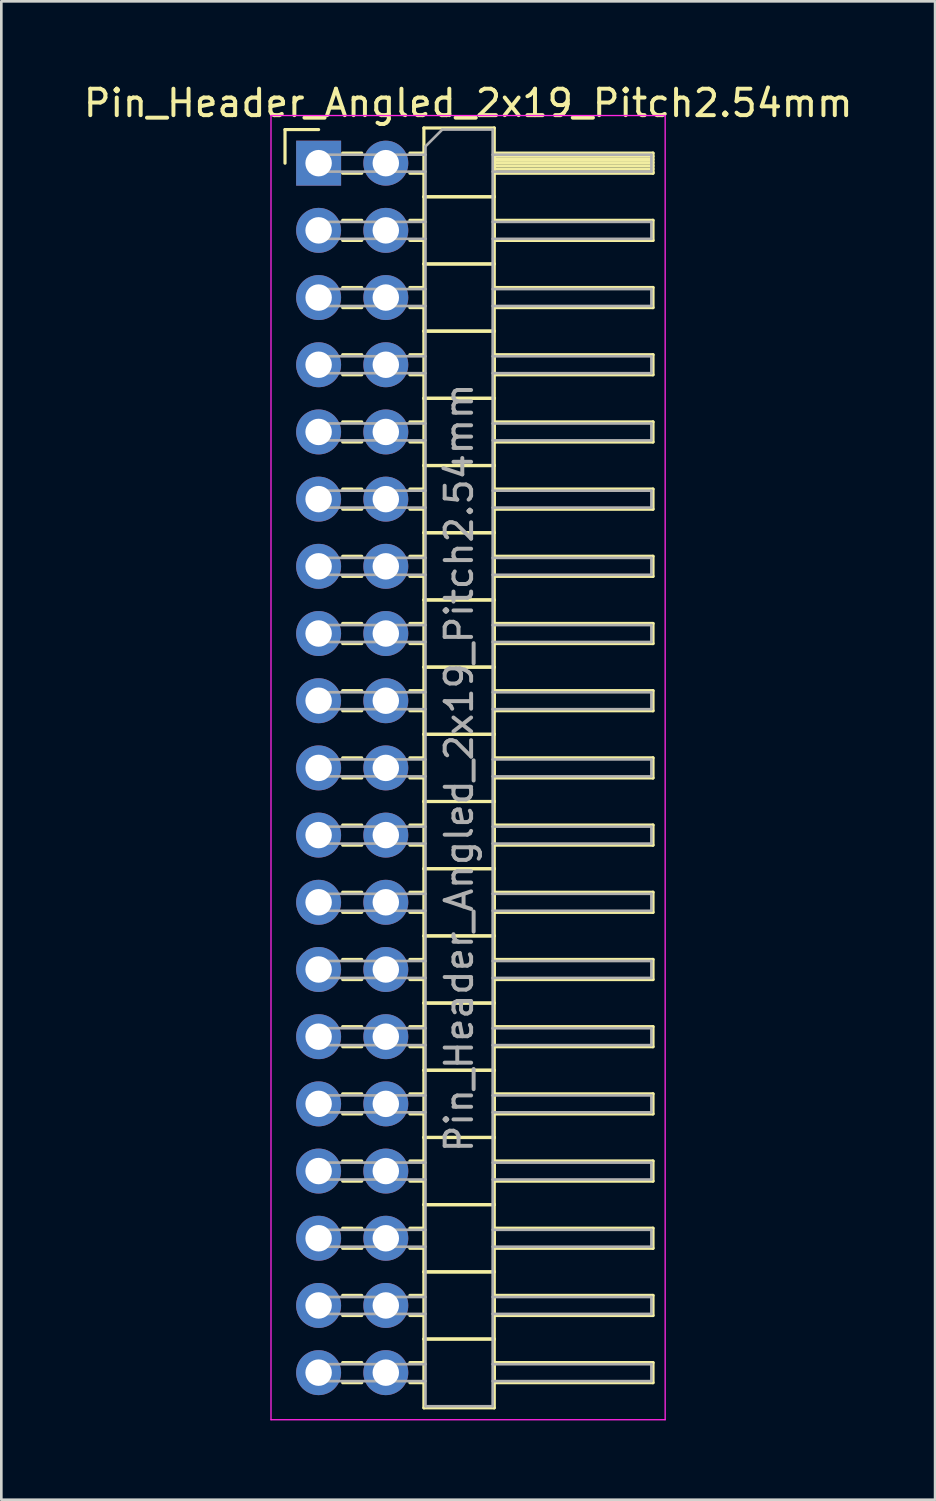
<source format=kicad_pcb>
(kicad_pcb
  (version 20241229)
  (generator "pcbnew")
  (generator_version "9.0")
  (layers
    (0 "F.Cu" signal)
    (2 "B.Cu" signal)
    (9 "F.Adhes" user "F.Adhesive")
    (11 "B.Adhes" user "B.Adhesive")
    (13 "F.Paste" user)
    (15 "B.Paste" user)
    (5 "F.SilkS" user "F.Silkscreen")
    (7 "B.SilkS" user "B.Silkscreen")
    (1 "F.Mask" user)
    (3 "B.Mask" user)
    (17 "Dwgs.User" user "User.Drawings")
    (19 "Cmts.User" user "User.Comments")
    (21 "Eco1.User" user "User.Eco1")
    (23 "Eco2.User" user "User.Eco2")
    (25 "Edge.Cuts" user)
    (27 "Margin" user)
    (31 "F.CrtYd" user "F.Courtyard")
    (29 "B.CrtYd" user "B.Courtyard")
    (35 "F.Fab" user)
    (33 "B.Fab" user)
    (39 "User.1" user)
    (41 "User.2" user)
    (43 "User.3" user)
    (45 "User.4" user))
  (footprint "Pin_Header_Angled_2x19_Pitch2.54mm"
    (layer "F.Cu")
    (at 8.994 3.118)
    (property "Reference" "Pin_Header_Angled_2x19_Pitch2.54mm" (at 5.655 -2.27 0) (layer "F.SilkS") (effects (font (size 1 1) (thickness 0.15))))
    (attr through_hole)
    (fp_line (start -1.27 -1.27) (end 0 -1.27) (stroke (width 0.12) (type solid)) (layer "F.SilkS"))
    (fp_line (start -1.27 0) (end -1.27 -1.27) (stroke (width 0.12) (type solid)) (layer "F.SilkS"))
    (fp_line (start 0.91 -0.38) (end 1.63 -0.38) (stroke (width 0.12) (type solid)) (layer "F.SilkS"))
    (fp_line (start 0.91 0.38) (end 1.63 0.38) (stroke (width 0.12) (type solid)) (layer "F.SilkS"))
    (fp_line (start 0.91 2.16) (end 1.63 2.16) (stroke (width 0.12) (type solid)) (layer "F.SilkS"))
    (fp_line (start 0.91 2.92) (end 1.63 2.92) (stroke (width 0.12) (type solid)) (layer "F.SilkS"))
    (fp_line (start 0.91 4.7) (end 1.63 4.7) (stroke (width 0.12) (type solid)) (layer "F.SilkS"))
    (fp_line (start 0.91 5.46) (end 1.63 5.46) (stroke (width 0.12) (type solid)) (layer "F.SilkS"))
    (fp_line (start 0.91 7.24) (end 1.63 7.24) (stroke (width 0.12) (type solid)) (layer "F.SilkS"))
    (fp_line (start 0.91 8) (end 1.63 8) (stroke (width 0.12) (type solid)) (layer "F.SilkS"))
    (fp_line (start 0.91 9.78) (end 1.63 9.78) (stroke (width 0.12) (type solid)) (layer "F.SilkS"))
    (fp_line (start 0.91 10.54) (end 1.63 10.54) (stroke (width 0.12) (type solid)) (layer "F.SilkS"))
    (fp_line (start 0.91 12.32) (end 1.63 12.32) (stroke (width 0.12) (type solid)) (layer "F.SilkS"))
    (fp_line (start 0.91 13.08) (end 1.63 13.08) (stroke (width 0.12) (type solid)) (layer "F.SilkS"))
    (fp_line (start 0.91 14.86) (end 1.63 14.86) (stroke (width 0.12) (type solid)) (layer "F.SilkS"))
    (fp_line (start 0.91 15.62) (end 1.63 15.62) (stroke (width 0.12) (type solid)) (layer "F.SilkS"))
    (fp_line (start 0.91 17.4) (end 1.63 17.4) (stroke (width 0.12) (type solid)) (layer "F.SilkS"))
    (fp_line (start 0.91 18.16) (end 1.63 18.16) (stroke (width 0.12) (type solid)) (layer "F.SilkS"))
    (fp_line (start 0.91 19.94) (end 1.63 19.94) (stroke (width 0.12) (type solid)) (layer "F.SilkS"))
    (fp_line (start 0.91 20.7) (end 1.63 20.7) (stroke (width 0.12) (type solid)) (layer "F.SilkS"))
    (fp_line (start 0.91 22.48) (end 1.63 22.48) (stroke (width 0.12) (type solid)) (layer "F.SilkS"))
    (fp_line (start 0.91 23.24) (end 1.63 23.24) (stroke (width 0.12) (type solid)) (layer "F.SilkS"))
    (fp_line (start 0.91 25.02) (end 1.63 25.02) (stroke (width 0.12) (type solid)) (layer "F.SilkS"))
    (fp_line (start 0.91 25.78) (end 1.63 25.78) (stroke (width 0.12) (type solid)) (layer "F.SilkS"))
    (fp_line (start 0.91 27.56) (end 1.63 27.56) (stroke (width 0.12) (type solid)) (layer "F.SilkS"))
    (fp_line (start 0.91 28.32) (end 1.63 28.32) (stroke (width 0.12) (type solid)) (layer "F.SilkS"))
    (fp_line (start 0.91 30.1) (end 1.63 30.1) (stroke (width 0.12) (type solid)) (layer "F.SilkS"))
    (fp_line (start 0.91 30.86) (end 1.63 30.86) (stroke (width 0.12) (type solid)) (layer "F.SilkS"))
    (fp_line (start 0.91 32.64) (end 1.63 32.64) (stroke (width 0.12) (type solid)) (layer "F.SilkS"))
    (fp_line (start 0.91 33.4) (end 1.63 33.4) (stroke (width 0.12) (type solid)) (layer "F.SilkS"))
    (fp_line (start 0.91 35.18) (end 1.63 35.18) (stroke (width 0.12) (type solid)) (layer "F.SilkS"))
    (fp_line (start 0.91 35.94) (end 1.63 35.94) (stroke (width 0.12) (type solid)) (layer "F.SilkS"))
    (fp_line (start 0.91 37.72) (end 1.63 37.72) (stroke (width 0.12) (type solid)) (layer "F.SilkS"))
    (fp_line (start 0.91 38.48) (end 1.63 38.48) (stroke (width 0.12) (type solid)) (layer "F.SilkS"))
    (fp_line (start 0.91 40.26) (end 1.63 40.26) (stroke (width 0.12) (type solid)) (layer "F.SilkS"))
    (fp_line (start 0.91 41.02) (end 1.63 41.02) (stroke (width 0.12) (type solid)) (layer "F.SilkS"))
    (fp_line (start 0.91 42.8) (end 1.63 42.8) (stroke (width 0.12) (type solid)) (layer "F.SilkS"))
    (fp_line (start 0.91 43.56) (end 1.63 43.56) (stroke (width 0.12) (type solid)) (layer "F.SilkS"))
    (fp_line (start 0.91 45.34) (end 1.63 45.34) (stroke (width 0.12) (type solid)) (layer "F.SilkS"))
    (fp_line (start 0.91 46.1) (end 1.63 46.1) (stroke (width 0.12) (type solid)) (layer "F.SilkS"))
    (fp_line (start 3.45 -0.38) (end 3.98 -0.38) (stroke (width 0.12) (type solid)) (layer "F.SilkS"))
    (fp_line (start 3.45 0.38) (end 3.98 0.38) (stroke (width 0.12) (type solid)) (layer "F.SilkS"))
    (fp_line (start 3.45 2.16) (end 3.98 2.16) (stroke (width 0.12) (type solid)) (layer "F.SilkS"))
    (fp_line (start 3.45 2.92) (end 3.98 2.92) (stroke (width 0.12) (type solid)) (layer "F.SilkS"))
    (fp_line (start 3.45 4.7) (end 3.98 4.7) (stroke (width 0.12) (type solid)) (layer "F.SilkS"))
    (fp_line (start 3.45 5.46) (end 3.98 5.46) (stroke (width 0.12) (type solid)) (layer "F.SilkS"))
    (fp_line (start 3.45 7.24) (end 3.98 7.24) (stroke (width 0.12) (type solid)) (layer "F.SilkS"))
    (fp_line (start 3.45 8) (end 3.98 8) (stroke (width 0.12) (type solid)) (layer "F.SilkS"))
    (fp_line (start 3.45 9.78) (end 3.98 9.78) (stroke (width 0.12) (type solid)) (layer "F.SilkS"))
    (fp_line (start 3.45 10.54) (end 3.98 10.54) (stroke (width 0.12) (type solid)) (layer "F.SilkS"))
    (fp_line (start 3.45 12.32) (end 3.98 12.32) (stroke (width 0.12) (type solid)) (layer "F.SilkS"))
    (fp_line (start 3.45 13.08) (end 3.98 13.08) (stroke (width 0.12) (type solid)) (layer "F.SilkS"))
    (fp_line (start 3.45 14.86) (end 3.98 14.86) (stroke (width 0.12) (type solid)) (layer "F.SilkS"))
    (fp_line (start 3.45 15.62) (end 3.98 15.62) (stroke (width 0.12) (type solid)) (layer "F.SilkS"))
    (fp_line (start 3.45 17.4) (end 3.98 17.4) (stroke (width 0.12) (type solid)) (layer "F.SilkS"))
    (fp_line (start 3.45 18.16) (end 3.98 18.16) (stroke (width 0.12) (type solid)) (layer "F.SilkS"))
    (fp_line (start 3.45 19.94) (end 3.98 19.94) (stroke (width 0.12) (type solid)) (layer "F.SilkS"))
    (fp_line (start 3.45 20.7) (end 3.98 20.7) (stroke (width 0.12) (type solid)) (layer "F.SilkS"))
    (fp_line (start 3.45 22.48) (end 3.98 22.48) (stroke (width 0.12) (type solid)) (layer "F.SilkS"))
    (fp_line (start 3.45 23.24) (end 3.98 23.24) (stroke (width 0.12) (type solid)) (layer "F.SilkS"))
    (fp_line (start 3.45 25.02) (end 3.98 25.02) (stroke (width 0.12) (type solid)) (layer "F.SilkS"))
    (fp_line (start 3.45 25.78) (end 3.98 25.78) (stroke (width 0.12) (type solid)) (layer "F.SilkS"))
    (fp_line (start 3.45 27.56) (end 3.98 27.56) (stroke (width 0.12) (type solid)) (layer "F.SilkS"))
    (fp_line (start 3.45 28.32) (end 3.98 28.32) (stroke (width 0.12) (type solid)) (layer "F.SilkS"))
    (fp_line (start 3.45 30.1) (end 3.98 30.1) (stroke (width 0.12) (type solid)) (layer "F.SilkS"))
    (fp_line (start 3.45 30.86) (end 3.98 30.86) (stroke (width 0.12) (type solid)) (layer "F.SilkS"))
    (fp_line (start 3.45 32.64) (end 3.98 32.64) (stroke (width 0.12) (type solid)) (layer "F.SilkS"))
    (fp_line (start 3.45 33.4) (end 3.98 33.4) (stroke (width 0.12) (type solid)) (layer "F.SilkS"))
    (fp_line (start 3.45 35.18) (end 3.98 35.18) (stroke (width 0.12) (type solid)) (layer "F.SilkS"))
    (fp_line (start 3.45 35.94) (end 3.98 35.94) (stroke (width 0.12) (type solid)) (layer "F.SilkS"))
    (fp_line (start 3.45 37.72) (end 3.98 37.72) (stroke (width 0.12) (type solid)) (layer "F.SilkS"))
    (fp_line (start 3.45 38.48) (end 3.98 38.48) (stroke (width 0.12) (type solid)) (layer "F.SilkS"))
    (fp_line (start 3.45 40.26) (end 3.98 40.26) (stroke (width 0.12) (type solid)) (layer "F.SilkS"))
    (fp_line (start 3.45 41.02) (end 3.98 41.02) (stroke (width 0.12) (type solid)) (layer "F.SilkS"))
    (fp_line (start 3.45 42.8) (end 3.98 42.8) (stroke (width 0.12) (type solid)) (layer "F.SilkS"))
    (fp_line (start 3.45 43.56) (end 3.98 43.56) (stroke (width 0.12) (type solid)) (layer "F.SilkS"))
    (fp_line (start 3.45 45.34) (end 3.98 45.34) (stroke (width 0.12) (type solid)) (layer "F.SilkS"))
    (fp_line (start 3.45 46.1) (end 3.98 46.1) (stroke (width 0.12) (type solid)) (layer "F.SilkS"))
    (fp_line (start 3.98 -1.33) (end 3.98 1.27) (stroke (width 0.12) (type solid)) (layer "F.SilkS"))
    (fp_line (start 3.98 1.27) (end 3.98 3.81) (stroke (width 0.12) (type solid)) (layer "F.SilkS"))
    (fp_line (start 3.98 1.27) (end 6.64 1.27) (stroke (width 0.12) (type solid)) (layer "F.SilkS"))
    (fp_line (start 3.98 3.81) (end 3.98 6.35) (stroke (width 0.12) (type solid)) (layer "F.SilkS"))
    (fp_line (start 3.98 3.81) (end 6.64 3.81) (stroke (width 0.12) (type solid)) (layer "F.SilkS"))
    (fp_line (start 3.98 6.35) (end 3.98 8.89) (stroke (width 0.12) (type solid)) (layer "F.SilkS"))
    (fp_line (start 3.98 6.35) (end 6.64 6.35) (stroke (width 0.12) (type solid)) (layer "F.SilkS"))
    (fp_line (start 3.98 8.89) (end 3.98 11.43) (stroke (width 0.12) (type solid)) (layer "F.SilkS"))
    (fp_line (start 3.98 8.89) (end 6.64 8.89) (stroke (width 0.12) (type solid)) (layer "F.SilkS"))
    (fp_line (start 3.98 11.43) (end 3.98 13.97) (stroke (width 0.12) (type solid)) (layer "F.SilkS"))
    (fp_line (start 3.98 11.43) (end 6.64 11.43) (stroke (width 0.12) (type solid)) (layer "F.SilkS"))
    (fp_line (start 3.98 13.97) (end 3.98 16.51) (stroke (width 0.12) (type solid)) (layer "F.SilkS"))
    (fp_line (start 3.98 13.97) (end 6.64 13.97) (stroke (width 0.12) (type solid)) (layer "F.SilkS"))
    (fp_line (start 3.98 16.51) (end 3.98 19.05) (stroke (width 0.12) (type solid)) (layer "F.SilkS"))
    (fp_line (start 3.98 16.51) (end 6.64 16.51) (stroke (width 0.12) (type solid)) (layer "F.SilkS"))
    (fp_line (start 3.98 19.05) (end 3.98 21.59) (stroke (width 0.12) (type solid)) (layer "F.SilkS"))
    (fp_line (start 3.98 19.05) (end 6.64 19.05) (stroke (width 0.12) (type solid)) (layer "F.SilkS"))
    (fp_line (start 3.98 21.59) (end 3.98 24.13) (stroke (width 0.12) (type solid)) (layer "F.SilkS"))
    (fp_line (start 3.98 21.59) (end 6.64 21.59) (stroke (width 0.12) (type solid)) (layer "F.SilkS"))
    (fp_line (start 3.98 24.13) (end 3.98 26.67) (stroke (width 0.12) (type solid)) (layer "F.SilkS"))
    (fp_line (start 3.98 24.13) (end 6.64 24.13) (stroke (width 0.12) (type solid)) (layer "F.SilkS"))
    (fp_line (start 3.98 26.67) (end 3.98 29.21) (stroke (width 0.12) (type solid)) (layer "F.SilkS"))
    (fp_line (start 3.98 26.67) (end 6.64 26.67) (stroke (width 0.12) (type solid)) (layer "F.SilkS"))
    (fp_line (start 3.98 29.21) (end 3.98 31.75) (stroke (width 0.12) (type solid)) (layer "F.SilkS"))
    (fp_line (start 3.98 29.21) (end 6.64 29.21) (stroke (width 0.12) (type solid)) (layer "F.SilkS"))
    (fp_line (start 3.98 31.75) (end 3.98 34.29) (stroke (width 0.12) (type solid)) (layer "F.SilkS"))
    (fp_line (start 3.98 31.75) (end 6.64 31.75) (stroke (width 0.12) (type solid)) (layer "F.SilkS"))
    (fp_line (start 3.98 34.29) (end 3.98 36.83) (stroke (width 0.12) (type solid)) (layer "F.SilkS"))
    (fp_line (start 3.98 34.29) (end 6.64 34.29) (stroke (width 0.12) (type solid)) (layer "F.SilkS"))
    (fp_line (start 3.98 36.83) (end 3.98 39.37) (stroke (width 0.12) (type solid)) (layer "F.SilkS"))
    (fp_line (start 3.98 36.83) (end 6.64 36.83) (stroke (width 0.12) (type solid)) (layer "F.SilkS"))
    (fp_line (start 3.98 39.37) (end 3.98 41.91) (stroke (width 0.12) (type solid)) (layer "F.SilkS"))
    (fp_line (start 3.98 39.37) (end 6.64 39.37) (stroke (width 0.12) (type solid)) (layer "F.SilkS"))
    (fp_line (start 3.98 41.91) (end 3.98 44.45) (stroke (width 0.12) (type solid)) (layer "F.SilkS"))
    (fp_line (start 3.98 41.91) (end 6.64 41.91) (stroke (width 0.12) (type solid)) (layer "F.SilkS"))
    (fp_line (start 3.98 44.45) (end 3.98 47.05) (stroke (width 0.12) (type solid)) (layer "F.SilkS"))
    (fp_line (start 3.98 44.45) (end 6.64 44.45) (stroke (width 0.12) (type solid)) (layer "F.SilkS"))
    (fp_line (start 3.98 47.05) (end 6.64 47.05) (stroke (width 0.12) (type solid)) (layer "F.SilkS"))
    (fp_line (start 6.64 -1.33) (end 3.98 -1.33) (stroke (width 0.12) (type solid)) (layer "F.SilkS"))
    (fp_line (start 6.64 -0.38) (end 6.64 0.38) (stroke (width 0.12) (type solid)) (layer "F.SilkS"))
    (fp_line (start 6.64 -0.26) (end 12.64 -0.26) (stroke (width 0.12) (type solid)) (layer "F.SilkS"))
    (fp_line (start 6.64 -0.14) (end 12.64 -0.14) (stroke (width 0.12) (type solid)) (layer "F.SilkS"))
    (fp_line (start 6.64 -0.02) (end 12.64 -0.02) (stroke (width 0.12) (type solid)) (layer "F.SilkS"))
    (fp_line (start 6.64 0.1) (end 12.64 0.1) (stroke (width 0.12) (type solid)) (layer "F.SilkS"))
    (fp_line (start 6.64 0.22) (end 12.64 0.22) (stroke (width 0.12) (type solid)) (layer "F.SilkS"))
    (fp_line (start 6.64 0.34) (end 12.64 0.34) (stroke (width 0.12) (type solid)) (layer "F.SilkS"))
    (fp_line (start 6.64 0.38) (end 12.64 0.38) (stroke (width 0.12) (type solid)) (layer "F.SilkS"))
    (fp_line (start 6.64 1.27) (end 3.98 1.27) (stroke (width 0.12) (type solid)) (layer "F.SilkS"))
    (fp_line (start 6.64 1.27) (end 6.64 -1.33) (stroke (width 0.12) (type solid)) (layer "F.SilkS"))
    (fp_line (start 6.64 2.16) (end 6.64 2.92) (stroke (width 0.12) (type solid)) (layer "F.SilkS"))
    (fp_line (start 6.64 2.92) (end 12.64 2.92) (stroke (width 0.12) (type solid)) (layer "F.SilkS"))
    (fp_line (start 6.64 3.81) (end 3.98 3.81) (stroke (width 0.12) (type solid)) (layer "F.SilkS"))
    (fp_line (start 6.64 3.81) (end 6.64 1.27) (stroke (width 0.12) (type solid)) (layer "F.SilkS"))
    (fp_line (start 6.64 4.7) (end 6.64 5.46) (stroke (width 0.12) (type solid)) (layer "F.SilkS"))
    (fp_line (start 6.64 5.46) (end 12.64 5.46) (stroke (width 0.12) (type solid)) (layer "F.SilkS"))
    (fp_line (start 6.64 6.35) (end 3.98 6.35) (stroke (width 0.12) (type solid)) (layer "F.SilkS"))
    (fp_line (start 6.64 6.35) (end 6.64 3.81) (stroke (width 0.12) (type solid)) (layer "F.SilkS"))
    (fp_line (start 6.64 7.24) (end 6.64 8) (stroke (width 0.12) (type solid)) (layer "F.SilkS"))
    (fp_line (start 6.64 8) (end 12.64 8) (stroke (width 0.12) (type solid)) (layer "F.SilkS"))
    (fp_line (start 6.64 8.89) (end 3.98 8.89) (stroke (width 0.12) (type solid)) (layer "F.SilkS"))
    (fp_line (start 6.64 8.89) (end 6.64 6.35) (stroke (width 0.12) (type solid)) (layer "F.SilkS"))
    (fp_line (start 6.64 9.78) (end 6.64 10.54) (stroke (width 0.12) (type solid)) (layer "F.SilkS"))
    (fp_line (start 6.64 10.54) (end 12.64 10.54) (stroke (width 0.12) (type solid)) (layer "F.SilkS"))
    (fp_line (start 6.64 11.43) (end 3.98 11.43) (stroke (width 0.12) (type solid)) (layer "F.SilkS"))
    (fp_line (start 6.64 11.43) (end 6.64 8.89) (stroke (width 0.12) (type solid)) (layer "F.SilkS"))
    (fp_line (start 6.64 12.32) (end 6.64 13.08) (stroke (width 0.12) (type solid)) (layer "F.SilkS"))
    (fp_line (start 6.64 13.08) (end 12.64 13.08) (stroke (width 0.12) (type solid)) (layer "F.SilkS"))
    (fp_line (start 6.64 13.97) (end 3.98 13.97) (stroke (width 0.12) (type solid)) (layer "F.SilkS"))
    (fp_line (start 6.64 13.97) (end 6.64 11.43) (stroke (width 0.12) (type solid)) (layer "F.SilkS"))
    (fp_line (start 6.64 14.86) (end 6.64 15.62) (stroke (width 0.12) (type solid)) (layer "F.SilkS"))
    (fp_line (start 6.64 15.62) (end 12.64 15.62) (stroke (width 0.12) (type solid)) (layer "F.SilkS"))
    (fp_line (start 6.64 16.51) (end 3.98 16.51) (stroke (width 0.12) (type solid)) (layer "F.SilkS"))
    (fp_line (start 6.64 16.51) (end 6.64 13.97) (stroke (width 0.12) (type solid)) (layer "F.SilkS"))
    (fp_line (start 6.64 17.4) (end 6.64 18.16) (stroke (width 0.12) (type solid)) (layer "F.SilkS"))
    (fp_line (start 6.64 18.16) (end 12.64 18.16) (stroke (width 0.12) (type solid)) (layer "F.SilkS"))
    (fp_line (start 6.64 19.05) (end 3.98 19.05) (stroke (width 0.12) (type solid)) (layer "F.SilkS"))
    (fp_line (start 6.64 19.05) (end 6.64 16.51) (stroke (width 0.12) (type solid)) (layer "F.SilkS"))
    (fp_line (start 6.64 19.94) (end 6.64 20.7) (stroke (width 0.12) (type solid)) (layer "F.SilkS"))
    (fp_line (start 6.64 20.7) (end 12.64 20.7) (stroke (width 0.12) (type solid)) (layer "F.SilkS"))
    (fp_line (start 6.64 21.59) (end 3.98 21.59) (stroke (width 0.12) (type solid)) (layer "F.SilkS"))
    (fp_line (start 6.64 21.59) (end 6.64 19.05) (stroke (width 0.12) (type solid)) (layer "F.SilkS"))
    (fp_line (start 6.64 22.48) (end 6.64 23.24) (stroke (width 0.12) (type solid)) (layer "F.SilkS"))
    (fp_line (start 6.64 23.24) (end 12.64 23.24) (stroke (width 0.12) (type solid)) (layer "F.SilkS"))
    (fp_line (start 6.64 24.13) (end 3.98 24.13) (stroke (width 0.12) (type solid)) (layer "F.SilkS"))
    (fp_line (start 6.64 24.13) (end 6.64 21.59) (stroke (width 0.12) (type solid)) (layer "F.SilkS"))
    (fp_line (start 6.64 25.02) (end 6.64 25.78) (stroke (width 0.12) (type solid)) (layer "F.SilkS"))
    (fp_line (start 6.64 25.78) (end 12.64 25.78) (stroke (width 0.12) (type solid)) (layer "F.SilkS"))
    (fp_line (start 6.64 26.67) (end 3.98 26.67) (stroke (width 0.12) (type solid)) (layer "F.SilkS"))
    (fp_line (start 6.64 26.67) (end 6.64 24.13) (stroke (width 0.12) (type solid)) (layer "F.SilkS"))
    (fp_line (start 6.64 27.56) (end 6.64 28.32) (stroke (width 0.12) (type solid)) (layer "F.SilkS"))
    (fp_line (start 6.64 28.32) (end 12.64 28.32) (stroke (width 0.12) (type solid)) (layer "F.SilkS"))
    (fp_line (start 6.64 29.21) (end 3.98 29.21) (stroke (width 0.12) (type solid)) (layer "F.SilkS"))
    (fp_line (start 6.64 29.21) (end 6.64 26.67) (stroke (width 0.12) (type solid)) (layer "F.SilkS"))
    (fp_line (start 6.64 30.1) (end 6.64 30.86) (stroke (width 0.12) (type solid)) (layer "F.SilkS"))
    (fp_line (start 6.64 30.86) (end 12.64 30.86) (stroke (width 0.12) (type solid)) (layer "F.SilkS"))
    (fp_line (start 6.64 31.75) (end 3.98 31.75) (stroke (width 0.12) (type solid)) (layer "F.SilkS"))
    (fp_line (start 6.64 31.75) (end 6.64 29.21) (stroke (width 0.12) (type solid)) (layer "F.SilkS"))
    (fp_line (start 6.64 32.64) (end 6.64 33.4) (stroke (width 0.12) (type solid)) (layer "F.SilkS"))
    (fp_line (start 6.64 33.4) (end 12.64 33.4) (stroke (width 0.12) (type solid)) (layer "F.SilkS"))
    (fp_line (start 6.64 34.29) (end 3.98 34.29) (stroke (width 0.12) (type solid)) (layer "F.SilkS"))
    (fp_line (start 6.64 34.29) (end 6.64 31.75) (stroke (width 0.12) (type solid)) (layer "F.SilkS"))
    (fp_line (start 6.64 35.18) (end 6.64 35.94) (stroke (width 0.12) (type solid)) (layer "F.SilkS"))
    (fp_line (start 6.64 35.94) (end 12.64 35.94) (stroke (width 0.12) (type solid)) (layer "F.SilkS"))
    (fp_line (start 6.64 36.83) (end 3.98 36.83) (stroke (width 0.12) (type solid)) (layer "F.SilkS"))
    (fp_line (start 6.64 36.83) (end 6.64 34.29) (stroke (width 0.12) (type solid)) (layer "F.SilkS"))
    (fp_line (start 6.64 37.72) (end 6.64 38.48) (stroke (width 0.12) (type solid)) (layer "F.SilkS"))
    (fp_line (start 6.64 38.48) (end 12.64 38.48) (stroke (width 0.12) (type solid)) (layer "F.SilkS"))
    (fp_line (start 6.64 39.37) (end 3.98 39.37) (stroke (width 0.12) (type solid)) (layer "F.SilkS"))
    (fp_line (start 6.64 39.37) (end 6.64 36.83) (stroke (width 0.12) (type solid)) (layer "F.SilkS"))
    (fp_line (start 6.64 40.26) (end 6.64 41.02) (stroke (width 0.12) (type solid)) (layer "F.SilkS"))
    (fp_line (start 6.64 41.02) (end 12.64 41.02) (stroke (width 0.12) (type solid)) (layer "F.SilkS"))
    (fp_line (start 6.64 41.91) (end 3.98 41.91) (stroke (width 0.12) (type solid)) (layer "F.SilkS"))
    (fp_line (start 6.64 41.91) (end 6.64 39.37) (stroke (width 0.12) (type solid)) (layer "F.SilkS"))
    (fp_line (start 6.64 42.8) (end 6.64 43.56) (stroke (width 0.12) (type solid)) (layer "F.SilkS"))
    (fp_line (start 6.64 43.56) (end 12.64 43.56) (stroke (width 0.12) (type solid)) (layer "F.SilkS"))
    (fp_line (start 6.64 44.45) (end 3.98 44.45) (stroke (width 0.12) (type solid)) (layer "F.SilkS"))
    (fp_line (start 6.64 44.45) (end 6.64 41.91) (stroke (width 0.12) (type solid)) (layer "F.SilkS"))
    (fp_line (start 6.64 45.34) (end 6.64 46.1) (stroke (width 0.12) (type solid)) (layer "F.SilkS"))
    (fp_line (start 6.64 46.1) (end 12.64 46.1) (stroke (width 0.12) (type solid)) (layer "F.SilkS"))
    (fp_line (start 6.64 47.05) (end 6.64 44.45) (stroke (width 0.12) (type solid)) (layer "F.SilkS"))
    (fp_line (start 12.64 -0.38) (end 6.64 -0.38) (stroke (width 0.12) (type solid)) (layer "F.SilkS"))
    (fp_line (start 12.64 0.38) (end 12.64 -0.38) (stroke (width 0.12) (type solid)) (layer "F.SilkS"))
    (fp_line (start 12.64 2.16) (end 6.64 2.16) (stroke (width 0.12) (type solid)) (layer "F.SilkS"))
    (fp_line (start 12.64 2.92) (end 12.64 2.16) (stroke (width 0.12) (type solid)) (layer "F.SilkS"))
    (fp_line (start 12.64 4.7) (end 6.64 4.7) (stroke (width 0.12) (type solid)) (layer "F.SilkS"))
    (fp_line (start 12.64 5.46) (end 12.64 4.7) (stroke (width 0.12) (type solid)) (layer "F.SilkS"))
    (fp_line (start 12.64 7.24) (end 6.64 7.24) (stroke (width 0.12) (type solid)) (layer "F.SilkS"))
    (fp_line (start 12.64 8) (end 12.64 7.24) (stroke (width 0.12) (type solid)) (layer "F.SilkS"))
    (fp_line (start 12.64 9.78) (end 6.64 9.78) (stroke (width 0.12) (type solid)) (layer "F.SilkS"))
    (fp_line (start 12.64 10.54) (end 12.64 9.78) (stroke (width 0.12) (type solid)) (layer "F.SilkS"))
    (fp_line (start 12.64 12.32) (end 6.64 12.32) (stroke (width 0.12) (type solid)) (layer "F.SilkS"))
    (fp_line (start 12.64 13.08) (end 12.64 12.32) (stroke (width 0.12) (type solid)) (layer "F.SilkS"))
    (fp_line (start 12.64 14.86) (end 6.64 14.86) (stroke (width 0.12) (type solid)) (layer "F.SilkS"))
    (fp_line (start 12.64 15.62) (end 12.64 14.86) (stroke (width 0.12) (type solid)) (layer "F.SilkS"))
    (fp_line (start 12.64 17.4) (end 6.64 17.4) (stroke (width 0.12) (type solid)) (layer "F.SilkS"))
    (fp_line (start 12.64 18.16) (end 12.64 17.4) (stroke (width 0.12) (type solid)) (layer "F.SilkS"))
    (fp_line (start 12.64 19.94) (end 6.64 19.94) (stroke (width 0.12) (type solid)) (layer "F.SilkS"))
    (fp_line (start 12.64 20.7) (end 12.64 19.94) (stroke (width 0.12) (type solid)) (layer "F.SilkS"))
    (fp_line (start 12.64 22.48) (end 6.64 22.48) (stroke (width 0.12) (type solid)) (layer "F.SilkS"))
    (fp_line (start 12.64 23.24) (end 12.64 22.48) (stroke (width 0.12) (type solid)) (layer "F.SilkS"))
    (fp_line (start 12.64 25.02) (end 6.64 25.02) (stroke (width 0.12) (type solid)) (layer "F.SilkS"))
    (fp_line (start 12.64 25.78) (end 12.64 25.02) (stroke (width 0.12) (type solid)) (layer "F.SilkS"))
    (fp_line (start 12.64 27.56) (end 6.64 27.56) (stroke (width 0.12) (type solid)) (layer "F.SilkS"))
    (fp_line (start 12.64 28.32) (end 12.64 27.56) (stroke (width 0.12) (type solid)) (layer "F.SilkS"))
    (fp_line (start 12.64 30.1) (end 6.64 30.1) (stroke (width 0.12) (type solid)) (layer "F.SilkS"))
    (fp_line (start 12.64 30.86) (end 12.64 30.1) (stroke (width 0.12) (type solid)) (layer "F.SilkS"))
    (fp_line (start 12.64 32.64) (end 6.64 32.64) (stroke (width 0.12) (type solid)) (layer "F.SilkS"))
    (fp_line (start 12.64 33.4) (end 12.64 32.64) (stroke (width 0.12) (type solid)) (layer "F.SilkS"))
    (fp_line (start 12.64 35.18) (end 6.64 35.18) (stroke (width 0.12) (type solid)) (layer "F.SilkS"))
    (fp_line (start 12.64 35.94) (end 12.64 35.18) (stroke (width 0.12) (type solid)) (layer "F.SilkS"))
    (fp_line (start 12.64 37.72) (end 6.64 37.72) (stroke (width 0.12) (type solid)) (layer "F.SilkS"))
    (fp_line (start 12.64 38.48) (end 12.64 37.72) (stroke (width 0.12) (type solid)) (layer "F.SilkS"))
    (fp_line (start 12.64 40.26) (end 6.64 40.26) (stroke (width 0.12) (type solid)) (layer "F.SilkS"))
    (fp_line (start 12.64 41.02) (end 12.64 40.26) (stroke (width 0.12) (type solid)) (layer "F.SilkS"))
    (fp_line (start 12.64 42.8) (end 6.64 42.8) (stroke (width 0.12) (type solid)) (layer "F.SilkS"))
    (fp_line (start 12.64 43.56) (end 12.64 42.8) (stroke (width 0.12) (type solid)) (layer "F.SilkS"))
    (fp_line (start 12.64 45.34) (end 6.64 45.34) (stroke (width 0.12) (type solid)) (layer "F.SilkS"))
    (fp_line (start 12.64 46.1) (end 12.64 45.34) (stroke (width 0.12) (type solid)) (layer "F.SilkS"))
    (fp_line (start -1.8 -1.8) (end -1.8 47.5) (stroke (width 0.05) (type solid)) (layer "F.CrtYd"))
    (fp_line (start -1.8 47.5) (end 13.1 47.5) (stroke (width 0.05) (type solid)) (layer "F.CrtYd"))
    (fp_line (start 13.1 -1.8) (end -1.8 -1.8) (stroke (width 0.05) (type solid)) (layer "F.CrtYd"))
    (fp_line (start 13.1 47.5) (end 13.1 -1.8) (stroke (width 0.05) (type solid)) (layer "F.CrtYd"))
    (fp_line (start -0.32 -0.32) (end -0.32 0.32) (stroke (width 0.1) (type solid)) (layer "F.Fab"))
    (fp_line (start -0.32 -0.32) (end 4.04 -0.32) (stroke (width 0.1) (type solid)) (layer "F.Fab"))
    (fp_line (start -0.32 0.32) (end 4.04 0.32) (stroke (width 0.1) (type solid)) (layer "F.Fab"))
    (fp_line (start -0.32 2.22) (end -0.32 2.86) (stroke (width 0.1) (type solid)) (layer "F.Fab"))
    (fp_line (start -0.32 2.22) (end 4.04 2.22) (stroke (width 0.1) (type solid)) (layer "F.Fab"))
    (fp_line (start -0.32 2.86) (end 4.04 2.86) (stroke (width 0.1) (type solid)) (layer "F.Fab"))
    (fp_line (start -0.32 4.76) (end -0.32 5.4) (stroke (width 0.1) (type solid)) (layer "F.Fab"))
    (fp_line (start -0.32 4.76) (end 4.04 4.76) (stroke (width 0.1) (type solid)) (layer "F.Fab"))
    (fp_line (start -0.32 5.4) (end 4.04 5.4) (stroke (width 0.1) (type solid)) (layer "F.Fab"))
    (fp_line (start -0.32 7.3) (end -0.32 7.94) (stroke (width 0.1) (type solid)) (layer "F.Fab"))
    (fp_line (start -0.32 7.3) (end 4.04 7.3) (stroke (width 0.1) (type solid)) (layer "F.Fab"))
    (fp_line (start -0.32 7.94) (end 4.04 7.94) (stroke (width 0.1) (type solid)) (layer "F.Fab"))
    (fp_line (start -0.32 9.84) (end -0.32 10.48) (stroke (width 0.1) (type solid)) (layer "F.Fab"))
    (fp_line (start -0.32 9.84) (end 4.04 9.84) (stroke (width 0.1) (type solid)) (layer "F.Fab"))
    (fp_line (start -0.32 10.48) (end 4.04 10.48) (stroke (width 0.1) (type solid)) (layer "F.Fab"))
    (fp_line (start -0.32 12.38) (end -0.32 13.02) (stroke (width 0.1) (type solid)) (layer "F.Fab"))
    (fp_line (start -0.32 12.38) (end 4.04 12.38) (stroke (width 0.1) (type solid)) (layer "F.Fab"))
    (fp_line (start -0.32 13.02) (end 4.04 13.02) (stroke (width 0.1) (type solid)) (layer "F.Fab"))
    (fp_line (start -0.32 14.92) (end -0.32 15.56) (stroke (width 0.1) (type solid)) (layer "F.Fab"))
    (fp_line (start -0.32 14.92) (end 4.04 14.92) (stroke (width 0.1) (type solid)) (layer "F.Fab"))
    (fp_line (start -0.32 15.56) (end 4.04 15.56) (stroke (width 0.1) (type solid)) (layer "F.Fab"))
    (fp_line (start -0.32 17.46) (end -0.32 18.1) (stroke (width 0.1) (type solid)) (layer "F.Fab"))
    (fp_line (start -0.32 17.46) (end 4.04 17.46) (stroke (width 0.1) (type solid)) (layer "F.Fab"))
    (fp_line (start -0.32 18.1) (end 4.04 18.1) (stroke (width 0.1) (type solid)) (layer "F.Fab"))
    (fp_line (start -0.32 20) (end -0.32 20.64) (stroke (width 0.1) (type solid)) (layer "F.Fab"))
    (fp_line (start -0.32 20) (end 4.04 20) (stroke (width 0.1) (type solid)) (layer "F.Fab"))
    (fp_line (start -0.32 20.64) (end 4.04 20.64) (stroke (width 0.1) (type solid)) (layer "F.Fab"))
    (fp_line (start -0.32 22.54) (end -0.32 23.18) (stroke (width 0.1) (type solid)) (layer "F.Fab"))
    (fp_line (start -0.32 22.54) (end 4.04 22.54) (stroke (width 0.1) (type solid)) (layer "F.Fab"))
    (fp_line (start -0.32 23.18) (end 4.04 23.18) (stroke (width 0.1) (type solid)) (layer "F.Fab"))
    (fp_line (start -0.32 25.08) (end -0.32 25.72) (stroke (width 0.1) (type solid)) (layer "F.Fab"))
    (fp_line (start -0.32 25.08) (end 4.04 25.08) (stroke (width 0.1) (type solid)) (layer "F.Fab"))
    (fp_line (start -0.32 25.72) (end 4.04 25.72) (stroke (width 0.1) (type solid)) (layer "F.Fab"))
    (fp_line (start -0.32 27.62) (end -0.32 28.26) (stroke (width 0.1) (type solid)) (layer "F.Fab"))
    (fp_line (start -0.32 27.62) (end 4.04 27.62) (stroke (width 0.1) (type solid)) (layer "F.Fab"))
    (fp_line (start -0.32 28.26) (end 4.04 28.26) (stroke (width 0.1) (type solid)) (layer "F.Fab"))
    (fp_line (start -0.32 30.16) (end -0.32 30.8) (stroke (width 0.1) (type solid)) (layer "F.Fab"))
    (fp_line (start -0.32 30.16) (end 4.04 30.16) (stroke (width 0.1) (type solid)) (layer "F.Fab"))
    (fp_line (start -0.32 30.8) (end 4.04 30.8) (stroke (width 0.1) (type solid)) (layer "F.Fab"))
    (fp_line (start -0.32 32.7) (end -0.32 33.34) (stroke (width 0.1) (type solid)) (layer "F.Fab"))
    (fp_line (start -0.32 32.7) (end 4.04 32.7) (stroke (width 0.1) (type solid)) (layer "F.Fab"))
    (fp_line (start -0.32 33.34) (end 4.04 33.34) (stroke (width 0.1) (type solid)) (layer "F.Fab"))
    (fp_line (start -0.32 35.24) (end -0.32 35.88) (stroke (width 0.1) (type solid)) (layer "F.Fab"))
    (fp_line (start -0.32 35.24) (end 4.04 35.24) (stroke (width 0.1) (type solid)) (layer "F.Fab"))
    (fp_line (start -0.32 35.88) (end 4.04 35.88) (stroke (width 0.1) (type solid)) (layer "F.Fab"))
    (fp_line (start -0.32 37.78) (end -0.32 38.42) (stroke (width 0.1) (type solid)) (layer "F.Fab"))
    (fp_line (start -0.32 37.78) (end 4.04 37.78) (stroke (width 0.1) (type solid)) (layer "F.Fab"))
    (fp_line (start -0.32 38.42) (end 4.04 38.42) (stroke (width 0.1) (type solid)) (layer "F.Fab"))
    (fp_line (start -0.32 40.32) (end -0.32 40.96) (stroke (width 0.1) (type solid)) (layer "F.Fab"))
    (fp_line (start -0.32 40.32) (end 4.04 40.32) (stroke (width 0.1) (type solid)) (layer "F.Fab"))
    (fp_line (start -0.32 40.96) (end 4.04 40.96) (stroke (width 0.1) (type solid)) (layer "F.Fab"))
    (fp_line (start -0.32 42.86) (end -0.32 43.5) (stroke (width 0.1) (type solid)) (layer "F.Fab"))
    (fp_line (start -0.32 42.86) (end 4.04 42.86) (stroke (width 0.1) (type solid)) (layer "F.Fab"))
    (fp_line (start -0.32 43.5) (end 4.04 43.5) (stroke (width 0.1) (type solid)) (layer "F.Fab"))
    (fp_line (start -0.32 45.4) (end -0.32 46.04) (stroke (width 0.1) (type solid)) (layer "F.Fab"))
    (fp_line (start -0.32 45.4) (end 4.04 45.4) (stroke (width 0.1) (type solid)) (layer "F.Fab"))
    (fp_line (start -0.32 46.04) (end 4.04 46.04) (stroke (width 0.1) (type solid)) (layer "F.Fab"))
    (fp_line (start 4.04 -0.635) (end 4.675 -1.27) (stroke (width 0.1) (type solid)) (layer "F.Fab"))
    (fp_line (start 4.04 46.99) (end 4.04 -0.635) (stroke (width 0.1) (type solid)) (layer "F.Fab"))
    (fp_line (start 4.675 -1.27) (end 6.58 -1.27) (stroke (width 0.1) (type solid)) (layer "F.Fab"))
    (fp_line (start 6.58 -1.27) (end 6.58 46.99) (stroke (width 0.1) (type solid)) (layer "F.Fab"))
    (fp_line (start 6.58 -0.32) (end 12.58 -0.32) (stroke (width 0.1) (type solid)) (layer "F.Fab"))
    (fp_line (start 6.58 0.32) (end 12.58 0.32) (stroke (width 0.1) (type solid)) (layer "F.Fab"))
    (fp_line (start 6.58 2.22) (end 12.58 2.22) (stroke (width 0.1) (type solid)) (layer "F.Fab"))
    (fp_line (start 6.58 2.86) (end 12.58 2.86) (stroke (width 0.1) (type solid)) (layer "F.Fab"))
    (fp_line (start 6.58 4.76) (end 12.58 4.76) (stroke (width 0.1) (type solid)) (layer "F.Fab"))
    (fp_line (start 6.58 5.4) (end 12.58 5.4) (stroke (width 0.1) (type solid)) (layer "F.Fab"))
    (fp_line (start 6.58 7.3) (end 12.58 7.3) (stroke (width 0.1) (type solid)) (layer "F.Fab"))
    (fp_line (start 6.58 7.94) (end 12.58 7.94) (stroke (width 0.1) (type solid)) (layer "F.Fab"))
    (fp_line (start 6.58 9.84) (end 12.58 9.84) (stroke (width 0.1) (type solid)) (layer "F.Fab"))
    (fp_line (start 6.58 10.48) (end 12.58 10.48) (stroke (width 0.1) (type solid)) (layer "F.Fab"))
    (fp_line (start 6.58 12.38) (end 12.58 12.38) (stroke (width 0.1) (type solid)) (layer "F.Fab"))
    (fp_line (start 6.58 13.02) (end 12.58 13.02) (stroke (width 0.1) (type solid)) (layer "F.Fab"))
    (fp_line (start 6.58 14.92) (end 12.58 14.92) (stroke (width 0.1) (type solid)) (layer "F.Fab"))
    (fp_line (start 6.58 15.56) (end 12.58 15.56) (stroke (width 0.1) (type solid)) (layer "F.Fab"))
    (fp_line (start 6.58 17.46) (end 12.58 17.46) (stroke (width 0.1) (type solid)) (layer "F.Fab"))
    (fp_line (start 6.58 18.1) (end 12.58 18.1) (stroke (width 0.1) (type solid)) (layer "F.Fab"))
    (fp_line (start 6.58 20) (end 12.58 20) (stroke (width 0.1) (type solid)) (layer "F.Fab"))
    (fp_line (start 6.58 20.64) (end 12.58 20.64) (stroke (width 0.1) (type solid)) (layer "F.Fab"))
    (fp_line (start 6.58 22.54) (end 12.58 22.54) (stroke (width 0.1) (type solid)) (layer "F.Fab"))
    (fp_line (start 6.58 23.18) (end 12.58 23.18) (stroke (width 0.1) (type solid)) (layer "F.Fab"))
    (fp_line (start 6.58 25.08) (end 12.58 25.08) (stroke (width 0.1) (type solid)) (layer "F.Fab"))
    (fp_line (start 6.58 25.72) (end 12.58 25.72) (stroke (width 0.1) (type solid)) (layer "F.Fab"))
    (fp_line (start 6.58 27.62) (end 12.58 27.62) (stroke (width 0.1) (type solid)) (layer "F.Fab"))
    (fp_line (start 6.58 28.26) (end 12.58 28.26) (stroke (width 0.1) (type solid)) (layer "F.Fab"))
    (fp_line (start 6.58 30.16) (end 12.58 30.16) (stroke (width 0.1) (type solid)) (layer "F.Fab"))
    (fp_line (start 6.58 30.8) (end 12.58 30.8) (stroke (width 0.1) (type solid)) (layer "F.Fab"))
    (fp_line (start 6.58 32.7) (end 12.58 32.7) (stroke (width 0.1) (type solid)) (layer "F.Fab"))
    (fp_line (start 6.58 33.34) (end 12.58 33.34) (stroke (width 0.1) (type solid)) (layer "F.Fab"))
    (fp_line (start 6.58 35.24) (end 12.58 35.24) (stroke (width 0.1) (type solid)) (layer "F.Fab"))
    (fp_line (start 6.58 35.88) (end 12.58 35.88) (stroke (width 0.1) (type solid)) (layer "F.Fab"))
    (fp_line (start 6.58 37.78) (end 12.58 37.78) (stroke (width 0.1) (type solid)) (layer "F.Fab"))
    (fp_line (start 6.58 38.42) (end 12.58 38.42) (stroke (width 0.1) (type solid)) (layer "F.Fab"))
    (fp_line (start 6.58 40.32) (end 12.58 40.32) (stroke (width 0.1) (type solid)) (layer "F.Fab"))
    (fp_line (start 6.58 40.96) (end 12.58 40.96) (stroke (width 0.1) (type solid)) (layer "F.Fab"))
    (fp_line (start 6.58 42.86) (end 12.58 42.86) (stroke (width 0.1) (type solid)) (layer "F.Fab"))
    (fp_line (start 6.58 43.5) (end 12.58 43.5) (stroke (width 0.1) (type solid)) (layer "F.Fab"))
    (fp_line (start 6.58 45.4) (end 12.58 45.4) (stroke (width 0.1) (type solid)) (layer "F.Fab"))
    (fp_line (start 6.58 46.04) (end 12.58 46.04) (stroke (width 0.1) (type solid)) (layer "F.Fab"))
    (fp_line (start 6.58 46.99) (end 4.04 46.99) (stroke (width 0.1) (type solid)) (layer "F.Fab"))
    (fp_line (start 12.58 -0.32) (end 12.58 0.32) (stroke (width 0.1) (type solid)) (layer "F.Fab"))
    (fp_line (start 12.58 2.22) (end 12.58 2.86) (stroke (width 0.1) (type solid)) (layer "F.Fab"))
    (fp_line (start 12.58 4.76) (end 12.58 5.4) (stroke (width 0.1) (type solid)) (layer "F.Fab"))
    (fp_line (start 12.58 7.3) (end 12.58 7.94) (stroke (width 0.1) (type solid)) (layer "F.Fab"))
    (fp_line (start 12.58 9.84) (end 12.58 10.48) (stroke (width 0.1) (type solid)) (layer "F.Fab"))
    (fp_line (start 12.58 12.38) (end 12.58 13.02) (stroke (width 0.1) (type solid)) (layer "F.Fab"))
    (fp_line (start 12.58 14.92) (end 12.58 15.56) (stroke (width 0.1) (type solid)) (layer "F.Fab"))
    (fp_line (start 12.58 17.46) (end 12.58 18.1) (stroke (width 0.1) (type solid)) (layer "F.Fab"))
    (fp_line (start 12.58 20) (end 12.58 20.64) (stroke (width 0.1) (type solid)) (layer "F.Fab"))
    (fp_line (start 12.58 22.54) (end 12.58 23.18) (stroke (width 0.1) (type solid)) (layer "F.Fab"))
    (fp_line (start 12.58 25.08) (end 12.58 25.72) (stroke (width 0.1) (type solid)) (layer "F.Fab"))
    (fp_line (start 12.58 27.62) (end 12.58 28.26) (stroke (width 0.1) (type solid)) (layer "F.Fab"))
    (fp_line (start 12.58 30.16) (end 12.58 30.8) (stroke (width 0.1) (type solid)) (layer "F.Fab"))
    (fp_line (start 12.58 32.7) (end 12.58 33.34) (stroke (width 0.1) (type solid)) (layer "F.Fab"))
    (fp_line (start 12.58 35.24) (end 12.58 35.88) (stroke (width 0.1) (type solid)) (layer "F.Fab"))
    (fp_line (start 12.58 37.78) (end 12.58 38.42) (stroke (width 0.1) (type solid)) (layer "F.Fab"))
    (fp_line (start 12.58 40.32) (end 12.58 40.96) (stroke (width 0.1) (type solid)) (layer "F.Fab"))
    (fp_line (start 12.58 42.86) (end 12.58 43.5) (stroke (width 0.1) (type solid)) (layer "F.Fab"))
    (fp_line (start 12.58 45.4) (end 12.58 46.04) (stroke (width 0.1) (type solid)) (layer "F.Fab"))
    (fp_text user "${REFERENCE}" (at 5.31 22.86 90) (layer "F.Fab") (effects (font (size 1 1) (thickness 0.15))))
    (pad "1" thru_hole rect (at 0 0) (size 1.7 1.7) (drill 1) (layers "*.Cu" "*.Mask"))
    (pad "2" thru_hole oval (at 2.54 0) (size 1.7 1.7) (drill 1) (layers "*.Cu" "*.Mask"))
    (pad "3" thru_hole oval (at 0 2.54) (size 1.7 1.7) (drill 1) (layers "*.Cu" "*.Mask"))
    (pad "4" thru_hole oval (at 2.54 2.54) (size 1.7 1.7) (drill 1) (layers "*.Cu" "*.Mask"))
    (pad "5" thru_hole oval (at 0 5.08) (size 1.7 1.7) (drill 1) (layers "*.Cu" "*.Mask"))
    (pad "6" thru_hole oval (at 2.54 5.08) (size 1.7 1.7) (drill 1) (layers "*.Cu" "*.Mask"))
    (pad "7" thru_hole oval (at 0 7.62) (size 1.7 1.7) (drill 1) (layers "*.Cu" "*.Mask"))
    (pad "8" thru_hole oval (at 2.54 7.62) (size 1.7 1.7) (drill 1) (layers "*.Cu" "*.Mask"))
    (pad "9" thru_hole oval (at 0 10.16) (size 1.7 1.7) (drill 1) (layers "*.Cu" "*.Mask"))
    (pad "10" thru_hole oval (at 2.54 10.16) (size 1.7 1.7) (drill 1) (layers "*.Cu" "*.Mask"))
    (pad "11" thru_hole oval (at 0 12.7) (size 1.7 1.7) (drill 1) (layers "*.Cu" "*.Mask"))
    (pad "12" thru_hole oval (at 2.54 12.7) (size 1.7 1.7) (drill 1) (layers "*.Cu" "*.Mask"))
    (pad "13" thru_hole oval (at 0 15.24) (size 1.7 1.7) (drill 1) (layers "*.Cu" "*.Mask"))
    (pad "14" thru_hole oval (at 2.54 15.24) (size 1.7 1.7) (drill 1) (layers "*.Cu" "*.Mask"))
    (pad "15" thru_hole oval (at 0 17.78) (size 1.7 1.7) (drill 1) (layers "*.Cu" "*.Mask"))
    (pad "16" thru_hole oval (at 2.54 17.78) (size 1.7 1.7) (drill 1) (layers "*.Cu" "*.Mask"))
    (pad "17" thru_hole oval (at 0 20.32) (size 1.7 1.7) (drill 1) (layers "*.Cu" "*.Mask"))
    (pad "18" thru_hole oval (at 2.54 20.32) (size 1.7 1.7) (drill 1) (layers "*.Cu" "*.Mask"))
    (pad "19" thru_hole oval (at 0 22.86) (size 1.7 1.7) (drill 1) (layers "*.Cu" "*.Mask"))
    (pad "20" thru_hole oval (at 2.54 22.86) (size 1.7 1.7) (drill 1) (layers "*.Cu" "*.Mask"))
    (pad "21" thru_hole oval (at 0 25.4) (size 1.7 1.7) (drill 1) (layers "*.Cu" "*.Mask"))
    (pad "22" thru_hole oval (at 2.54 25.4) (size 1.7 1.7) (drill 1) (layers "*.Cu" "*.Mask"))
    (pad "23" thru_hole oval (at 0 27.94) (size 1.7 1.7) (drill 1) (layers "*.Cu" "*.Mask"))
    (pad "24" thru_hole oval (at 2.54 27.94) (size 1.7 1.7) (drill 1) (layers "*.Cu" "*.Mask"))
    (pad "25" thru_hole oval (at 0 30.48) (size 1.7 1.7) (drill 1) (layers "*.Cu" "*.Mask"))
    (pad "26" thru_hole oval (at 2.54 30.48) (size 1.7 1.7) (drill 1) (layers "*.Cu" "*.Mask"))
    (pad "27" thru_hole oval (at 0 33.02) (size 1.7 1.7) (drill 1) (layers "*.Cu" "*.Mask"))
    (pad "28" thru_hole oval (at 2.54 33.02) (size 1.7 1.7) (drill 1) (layers "*.Cu" "*.Mask"))
    (pad "29" thru_hole oval (at 0 35.56) (size 1.7 1.7) (drill 1) (layers "*.Cu" "*.Mask"))
    (pad "30" thru_hole oval (at 2.54 35.56) (size 1.7 1.7) (drill 1) (layers "*.Cu" "*.Mask"))
    (pad "31" thru_hole oval (at 0 38.1) (size 1.7 1.7) (drill 1) (layers "*.Cu" "*.Mask"))
    (pad "32" thru_hole oval (at 2.54 38.1) (size 1.7 1.7) (drill 1) (layers "*.Cu" "*.Mask"))
    (pad "33" thru_hole oval (at 0 40.64) (size 1.7 1.7) (drill 1) (layers "*.Cu" "*.Mask"))
    (pad "34" thru_hole oval (at 2.54 40.64) (size 1.7 1.7) (drill 1) (layers "*.Cu" "*.Mask"))
    (pad "35" thru_hole oval (at 0 43.18) (size 1.7 1.7) (drill 1) (layers "*.Cu" "*.Mask"))
    (pad "36" thru_hole oval (at 2.54 43.18) (size 1.7 1.7) (drill 1) (layers "*.Cu" "*.Mask"))
    (pad "37" thru_hole oval (at 0 45.72) (size 1.7 1.7) (drill 1) (layers "*.Cu" "*.Mask"))
    (pad "38" thru_hole oval (at 2.54 45.72) (size 1.7 1.7) (drill 1) (layers "*.Cu" "*.Mask")))
  (gr_rect
    (start -3 -3)
    (end 32.298 53.643)
    (stroke (width 0.1) (type default))
    (fill no)
    (layer "Edge.Cuts")))
</source>
